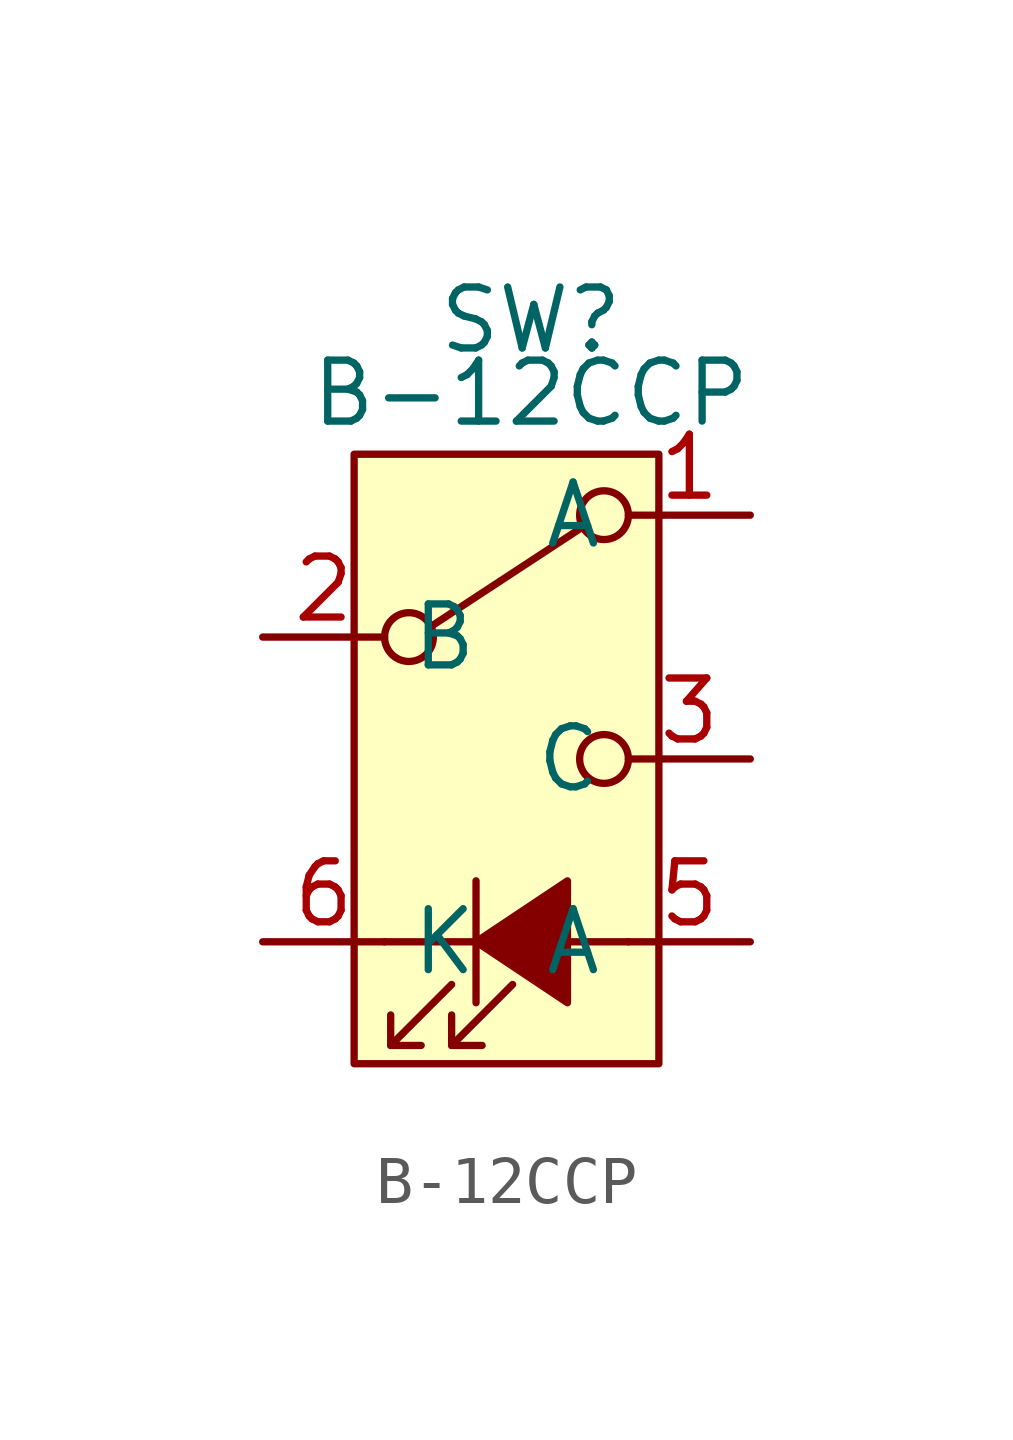
<source format=kicad_sym>
(kicad_symbol_lib
  (version 20231120)
  (generator "kicad_symbol_editor")
  (generator_version "8.0")
  (symbol "B-12CCP"
    (property "Reference" "SW"
      (at 0.508 12.954 0)
      (effects (font (size 1.27 1.27))))
    (property "Value" "B-12CCP"
      (at 0.508 11.43 0)
      (effects (font (size 1.27 1.27))))
    (symbol "B-12CCP_0_0"
      (circle (center -2.032 6.35) (radius 0.508) (stroke (width 0) (type default)) (fill (type none)))
      (polyline (pts (xy -2.54 0) (xy 2.54 0)) (stroke (width 0) (type default)) (fill (type none)))
      (polyline (pts (xy -2.413 -2.159) (xy -1.143 -0.889)) (stroke (width 0) (type default)) (fill (type none)))
      (polyline (pts (xy -1.143 -2.159) (xy 0.127 -0.889)) (stroke (width 0) (type default)) (fill (type none)))
      (polyline (pts (xy -0.635 1.27) (xy -0.635 -1.27)) (stroke (width 0) (type default)) (fill (type none)))
      (polyline (pts (xy -2.413 -1.524) (xy -2.413 -2.159) (xy -1.778 -2.159)) (stroke (width 0) (type default)) (fill (type none)))
      (polyline (pts (xy -1.143 -1.524) (xy -1.143 -2.159) (xy -0.508 -2.159)) (stroke (width 0) (type default)) (fill (type none)))
      (polyline (pts (xy -0.635 0) (xy 1.27 1.27) (xy 1.27 -1.27) (xy -0.635 0)) (stroke (width 0) (type default)) (fill (type outline)))
      (circle (center 2.032 3.81) (radius 0.508) (stroke (width 0) (type default)) (fill (type none))))
    (symbol "B-12CCP_0_1"
      (polyline (pts (xy -1.524 6.604) (xy 1.575 8.636)) (stroke (width 0) (type default)) (fill (type none)))
      (circle (center 2.032 8.89) (radius 0.508) (stroke (width 0) (type default)) (fill (type none))))
    (symbol "B-12CCP_1_1"
      (rectangle (start -3.175 10.16) (end 3.175 -2.54) (stroke (width 0) (type default)) (fill (type background)))
      (pin passive line (at 5.08 8.89 180) (length 2.54) (name "A" (effects (font (size 1.27 1.27)))) (number "1" (effects (font (size 1.27 1.27)))))
      (pin passive line (at -5.08 6.35 0) (length 2.54) (name "B" (effects (font (size 1.27 1.27)))) (number "2" (effects (font (size 1.27 1.27)))))
      (pin passive line (at 5.08 3.81 180) (length 2.54) (name "C" (effects (font (size 1.27 1.27)))) (number "3" (effects (font (size 1.27 1.27)))))
      (pin passive line (at 5.08 0 180) (length 2.54) (name "A" (effects (font (size 1.27 1.27)))) (number "5" (effects (font (size 1.27 1.27)))))
      (pin passive line (at -5.08 0 0) (length 2.54) (name "K" (effects (font (size 1.27 1.27)))) (number "6" (effects (font (size 1.27 1.27))))))))
</source>
